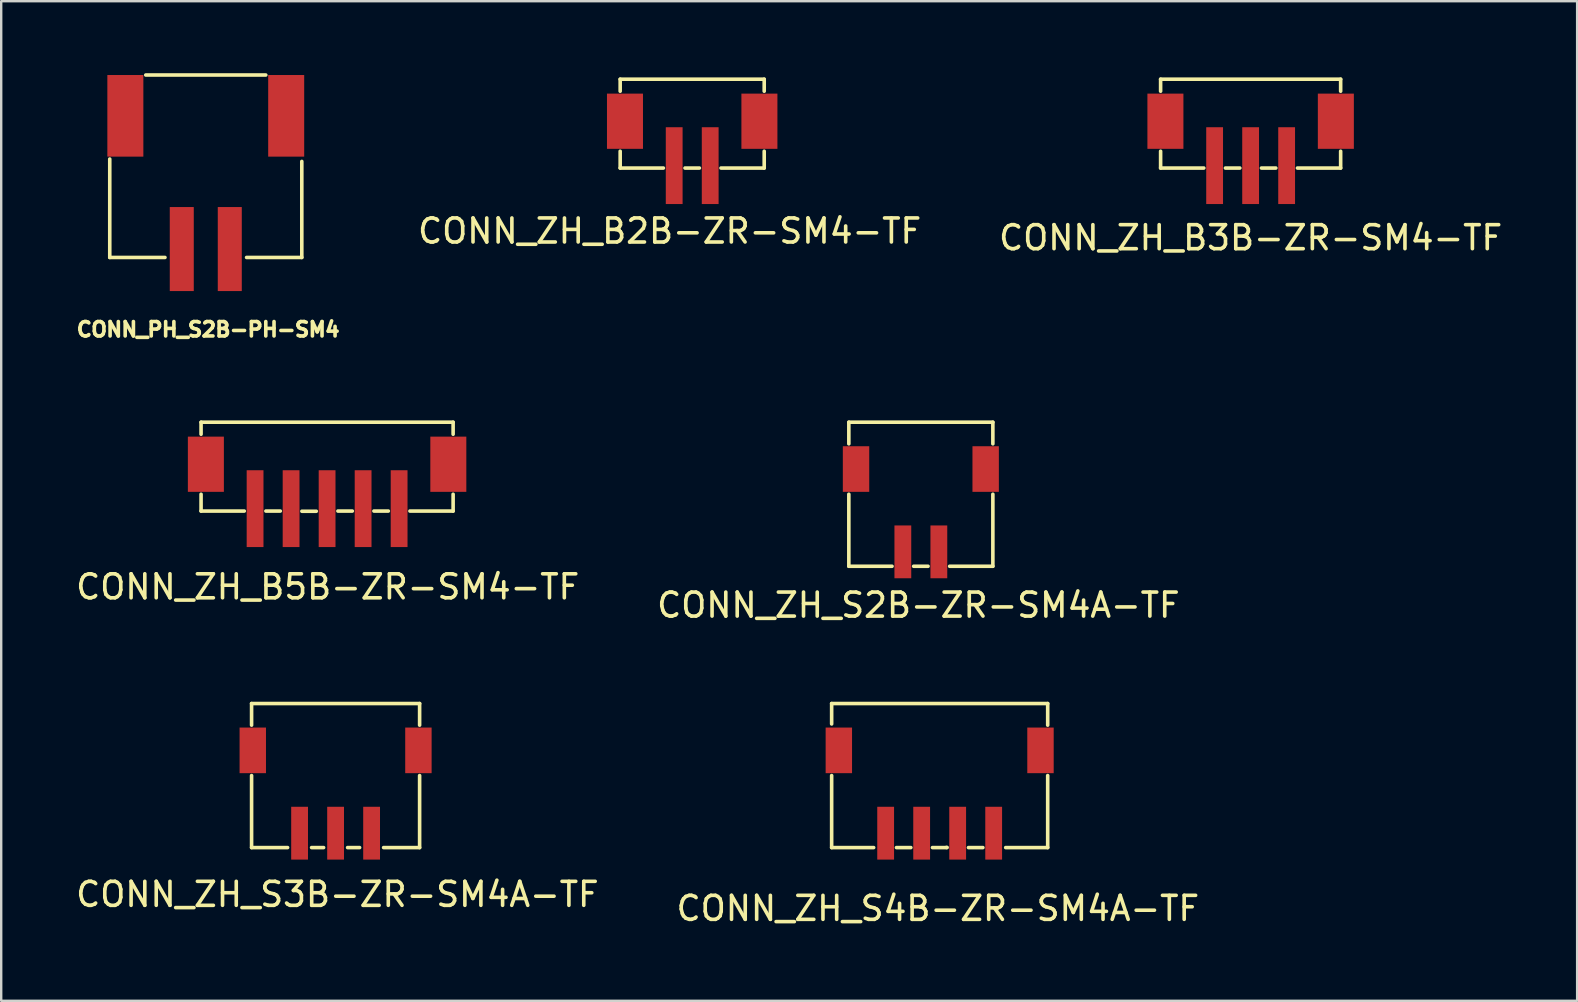
<source format=kicad_pcb>
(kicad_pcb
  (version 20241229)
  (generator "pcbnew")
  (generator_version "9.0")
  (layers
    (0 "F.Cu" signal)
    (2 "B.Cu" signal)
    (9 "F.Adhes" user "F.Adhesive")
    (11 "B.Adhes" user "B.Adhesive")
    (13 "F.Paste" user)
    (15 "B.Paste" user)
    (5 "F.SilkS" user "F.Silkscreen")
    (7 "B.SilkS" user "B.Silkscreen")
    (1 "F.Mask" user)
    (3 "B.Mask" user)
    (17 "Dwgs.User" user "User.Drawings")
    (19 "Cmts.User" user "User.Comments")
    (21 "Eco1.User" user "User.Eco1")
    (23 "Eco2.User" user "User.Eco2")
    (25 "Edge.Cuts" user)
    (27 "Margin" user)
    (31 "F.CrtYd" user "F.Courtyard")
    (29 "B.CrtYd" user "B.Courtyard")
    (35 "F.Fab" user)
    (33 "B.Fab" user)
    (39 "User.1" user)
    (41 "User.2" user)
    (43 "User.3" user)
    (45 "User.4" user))
  (footprint "CONN_PH_S2B-PH-SM4"
    (layer "F.Cu")
    (at 5.522 9.075)
    (property "Reference" "CONN_PH_S2B-PH-SM4" (at 0.1 1.6 0) (layer "F.SilkS") (effects (font (size 0.6 0.6) (thickness 0.15))))
    (attr through_hole)
    (fp_line (start -4 -1.4) (end -4 -5.5) (stroke (width 0.15) (type solid)) (layer "F.SilkS"))
    (fp_line (start -2.5 -9) (end 2.5 -9) (stroke (width 0.15) (type solid)) (layer "F.SilkS"))
    (fp_line (start -1.7 -1.4) (end -4 -1.4) (stroke (width 0.15) (type solid)) (layer "F.SilkS"))
    (fp_line (start 4 -5.4) (end 4 -1.4) (stroke (width 0.15) (type solid)) (layer "F.SilkS"))
    (fp_line (start 4 -1.4) (end 1.7 -1.4) (stroke (width 0.15) (type solid)) (layer "F.SilkS"))
    (pad "1" smd rect (at -1 -1.75) (size 1 3.5) (layers "F.Cu" "F.Mask" "F.Paste"))
    (pad "2" smd rect (at 1 -1.75) (size 1 3.5) (layers "F.Cu" "F.Mask" "F.Paste"))
    (pad "3" smd rect (at -3.35 -7.3) (size 1.5 3.4) (layers "F.Cu" "F.Mask" "F.Paste"))
    (pad "3" smd rect (at 3.35 -7.3) (size 1.5 3.4) (layers "F.Cu" "F.Mask" "F.Paste")))
  (footprint "CONN_ZH_B2B-ZR-SM4-TF"
    (layer "F.Cu")
    (at 25.785 0.25)
    (property "Reference" "CONN_ZH_B2B-ZR-SM4-TF" (at -0.94 6.325 0) (layer "F.SilkS") (effects (font (size 1 1) (thickness 0.15))))
    (attr through_hole)
    (fp_line (start -3 0) (end -3 0.5) (stroke (width 0.15) (type solid)) (layer "F.SilkS"))
    (fp_line (start -3 0) (end 3 0) (stroke (width 0.15) (type solid)) (layer "F.SilkS"))
    (fp_line (start -3 3.7) (end -3 3) (stroke (width 0.15) (type solid)) (layer "F.SilkS"))
    (fp_line (start -3 3.7) (end -1.2 3.7) (stroke (width 0.15) (type solid)) (layer "F.SilkS"))
    (fp_line (start -0.3 3.7) (end 0.3 3.7) (stroke (width 0.15) (type solid)) (layer "F.SilkS"))
    (fp_line (start 3 0) (end 3 0.5) (stroke (width 0.15) (type solid)) (layer "F.SilkS"))
    (fp_line (start 3 3.7) (end 1.2 3.7) (stroke (width 0.15) (type solid)) (layer "F.SilkS"))
    (fp_line (start 3 3.7) (end 3 3) (stroke (width 0.15) (type solid)) (layer "F.SilkS"))
    (pad "1" smd rect (at -0.75 3.6) (size 0.7 3.2) (layers "F.Cu" "F.Mask" "F.Paste"))
    (pad "2" smd rect (at 0.75 3.6) (size 0.7 3.2) (layers "F.Cu" "F.Mask" "F.Paste"))
    (pad "3" smd rect (at -2.8 1.75) (size 1.5 2.3) (layers "F.Cu" "F.Mask" "F.Paste"))
    (pad "3" smd rect (at 2.8 1.75) (size 1.5 2.3) (layers "F.Cu" "F.Mask" "F.Paste")))
  (footprint "CONN_ZH_S3B-ZR-SM4A-TF"
    (layer "F.Cu")
    (at 10.93 26.258)
    (property "Reference" "CONN_ZH_S3B-ZR-SM4A-TF" (at 0.076 7.95 0) (layer "F.SilkS") (effects (font (size 1 1) (thickness 0.15))))
    (attr through_hole)
    (fp_line (start -3.5 0) (end -3.5 0.9) (stroke (width 0.15) (type solid)) (layer "F.SilkS"))
    (fp_line (start -3.5 0) (end 3.5 0) (stroke (width 0.15) (type solid)) (layer "F.SilkS"))
    (fp_line (start -3.5 3) (end -3.5 6) (stroke (width 0.15) (type solid)) (layer "F.SilkS"))
    (fp_line (start -3.5 6) (end -2 6) (stroke (width 0.15) (type solid)) (layer "F.SilkS"))
    (fp_line (start -1 6) (end -0.5 6) (stroke (width 0.15) (type solid)) (layer "F.SilkS"))
    (fp_line (start 0.5 6) (end 1 6) (stroke (width 0.15) (type solid)) (layer "F.SilkS"))
    (fp_line (start 3.5 0) (end 3.5 0.9) (stroke (width 0.15) (type solid)) (layer "F.SilkS"))
    (fp_line (start 3.5 3) (end 3.5 6) (stroke (width 0.15) (type solid)) (layer "F.SilkS"))
    (fp_line (start 3.5 6) (end 2 6) (stroke (width 0.15) (type solid)) (layer "F.SilkS"))
    (pad "1" smd rect (at -1.5 5.4) (size 0.7 2.2) (layers "F.Cu" "F.Mask" "F.Paste"))
    (pad "2" smd rect (at 0 5.4) (size 0.7 2.2) (layers "F.Cu" "F.Mask" "F.Paste"))
    (pad "3" smd rect (at 1.5 5.4) (size 0.7 2.2) (layers "F.Cu" "F.Mask" "F.Paste"))
    (pad "4" smd rect (at -3.45 1.95) (size 1.1 1.9) (layers "F.Cu" "F.Mask" "F.Paste"))
    (pad "4" smd rect (at 3.45 1.95) (size 1.1 1.9) (layers "F.Cu" "F.Mask" "F.Paste")))
  (footprint "CONN_ZH_S4B-ZR-SM4A-TF"
    (layer "F.Cu")
    (at 36.094 26.258)
    (property "Reference" "CONN_ZH_S4B-ZR-SM4A-TF" (at -0.076 8.534 0) (layer "F.SilkS") (effects (font (size 1 1) (thickness 0.15))))
    (attr through_hole)
    (fp_line (start -4.5 0) (end -4.5 0.85) (stroke (width 0.15) (type solid)) (layer "F.SilkS"))
    (fp_line (start -4.5 0) (end 4.5 0) (stroke (width 0.15) (type solid)) (layer "F.SilkS"))
    (fp_line (start -4.5 6) (end -4.5 3) (stroke (width 0.15) (type solid)) (layer "F.SilkS"))
    (fp_line (start -4.5 6) (end -2.75 6) (stroke (width 0.15) (type solid)) (layer "F.SilkS"))
    (fp_line (start -1.8 6) (end -1.2 6) (stroke (width 0.15) (type solid)) (layer "F.SilkS"))
    (fp_line (start -0.3 6) (end 0.3 6) (stroke (width 0.15) (type solid)) (layer "F.SilkS"))
    (fp_line (start 0.279 5.994) (end 0.305 5.994) (stroke (width 0.15) (type solid)) (layer "F.SilkS"))
    (fp_line (start 1.2 6) (end 1.8 6) (stroke (width 0.15) (type solid)) (layer "F.SilkS"))
    (fp_line (start 4.5 0) (end 4.5 0.9) (stroke (width 0.15) (type solid)) (layer "F.SilkS"))
    (fp_line (start 4.5 6) (end 2.75 6) (stroke (width 0.15) (type solid)) (layer "F.SilkS"))
    (fp_line (start 4.5 6) (end 4.5 3) (stroke (width 0.15) (type solid)) (layer "F.SilkS"))
    (pad "1" smd rect (at -2.25 5.4) (size 0.7 2.2) (layers "F.Cu" "F.Mask" "F.Paste"))
    (pad "2" smd rect (at -0.75 5.4) (size 0.7 2.2) (layers "F.Cu" "F.Mask" "F.Paste"))
    (pad "3" smd rect (at 0.75 5.4) (size 0.7 2.2) (layers "F.Cu" "F.Mask" "F.Paste"))
    (pad "4" smd rect (at 2.25 5.4) (size 0.7 2.2) (layers "F.Cu" "F.Mask" "F.Paste"))
    (pad "5" smd rect (at -4.2 1.95) (size 1.1 1.9) (layers "F.Cu" "F.Mask" "F.Paste"))
    (pad "5" smd rect (at 4.2 1.95) (size 1.1 1.9) (layers "F.Cu" "F.Mask" "F.Paste")))
  (footprint "CONN_ZH_B5B-ZR-SM4-TF"
    (layer "F.Cu")
    (at 10.576 14.539)
    (property "Reference" "CONN_ZH_B5B-ZR-SM4-TF" (at 0.025 6.858 0) (layer "F.SilkS") (effects (font (size 1 1) (thickness 0.15))))
    (attr through_hole)
    (fp_line (start -5.25 0) (end -5.25 0.5) (stroke (width 0.15) (type solid)) (layer "F.SilkS"))
    (fp_line (start -5.25 0) (end 5.25 0) (stroke (width 0.15) (type solid)) (layer "F.SilkS"))
    (fp_line (start -5.25 3.7) (end -5.25 3) (stroke (width 0.15) (type solid)) (layer "F.SilkS"))
    (fp_line (start -5.25 3.7) (end -3.45 3.7) (stroke (width 0.15) (type solid)) (layer "F.SilkS"))
    (fp_line (start -2.55 3.7) (end -1.95 3.7) (stroke (width 0.15) (type solid)) (layer "F.SilkS"))
    (fp_line (start -1.05 3.708) (end -0.45 3.708) (stroke (width 0.15) (type solid)) (layer "F.SilkS"))
    (fp_line (start 0.45 3.7) (end 1.05 3.7) (stroke (width 0.15) (type solid)) (layer "F.SilkS"))
    (fp_line (start 1.95 3.7) (end 2.55 3.7) (stroke (width 0.15) (type solid)) (layer "F.SilkS"))
    (fp_line (start 5.25 0) (end 5.25 0.5) (stroke (width 0.15) (type solid)) (layer "F.SilkS"))
    (fp_line (start 5.25 3.7) (end 3.45 3.7) (stroke (width 0.15) (type solid)) (layer "F.SilkS"))
    (fp_line (start 5.25 3.7) (end 5.25 3) (stroke (width 0.15) (type solid)) (layer "F.SilkS"))
    (pad "2" smd rect (at -1.5 3.6) (size 0.7 3.2) (layers "F.Cu" "F.Mask" "F.Paste"))
    (pad "3" smd rect (at 0 3.6) (size 0.7 3.2) (layers "F.Cu" "F.Mask" "F.Paste"))
    (pad "4" smd rect (at 1.5 3.6) (size 0.7 3.2) (layers "F.Cu" "F.Mask" "F.Paste"))
    (pad "5" smd rect (at 3 3.6) (size 0.7 3.2) (layers "F.Cu" "F.Mask" "F.Paste"))
    (pad "6" smd rect (at -5.05 1.75) (size 1.5 2.3) (layers "F.Cu" "F.Mask" "F.Paste"))
    (pad "6" smd rect (at -3 3.6) (size 0.7 3.2) (layers "F.Cu" "F.Mask" "F.Paste"))
    (pad "6" smd rect (at 5.05 1.75) (size 1.5 2.3) (layers "F.Cu" "F.Mask" "F.Paste")))
  (footprint "CONN_ZH_B3B-ZR-SM4-TF"
    (layer "F.Cu")
    (at 49.048 0.25)
    (property "Reference" "CONN_ZH_B3B-ZR-SM4-TF" (at 0 6.604 0) (layer "F.SilkS") (effects (font (size 1 1) (thickness 0.15))))
    (attr through_hole)
    (fp_line (start -3.75 0) (end -3.75 0.5) (stroke (width 0.15) (type solid)) (layer "F.SilkS"))
    (fp_line (start -3.75 0) (end 3.75 0) (stroke (width 0.15) (type solid)) (layer "F.SilkS"))
    (fp_line (start -3.75 3.7) (end -3.75 3) (stroke (width 0.15) (type solid)) (layer "F.SilkS"))
    (fp_line (start -3.75 3.7) (end -1.95 3.7) (stroke (width 0.15) (type solid)) (layer "F.SilkS"))
    (fp_line (start -1.05 3.7) (end -0.45 3.7) (stroke (width 0.15) (type solid)) (layer "F.SilkS"))
    (fp_line (start 0.45 3.7) (end 1.05 3.7) (stroke (width 0.15) (type solid)) (layer "F.SilkS"))
    (fp_line (start 1.95 3.7) (end 3.75 3.7) (stroke (width 0.15) (type solid)) (layer "F.SilkS"))
    (fp_line (start 3.75 0) (end 3.75 0.5) (stroke (width 0.15) (type solid)) (layer "F.SilkS"))
    (fp_line (start 3.75 3.7) (end 3.75 3) (stroke (width 0.15) (type solid)) (layer "F.SilkS"))
    (pad "1" smd rect (at -1.5 3.6) (size 0.7 3.2) (layers "F.Cu" "F.Mask" "F.Paste"))
    (pad "2" smd rect (at 0 3.6) (size 0.7 3.2) (layers "F.Cu" "F.Mask" "F.Paste"))
    (pad "3" smd rect (at 1.5 3.6) (size 0.7 3.2) (layers "F.Cu" "F.Mask" "F.Paste"))
    (pad "4" smd rect (at -3.55 1.75) (size 1.5 2.3) (layers "F.Cu" "F.Mask" "F.Paste"))
    (pad "4" smd rect (at 3.55 1.75) (size 1.5 2.3) (layers "F.Cu" "F.Mask" "F.Paste")))
  (footprint "CONN_ZH_S2B-ZR-SM4A-TF"
    (layer "F.Cu")
    (at 35.31 14.539)
    (property "Reference" "CONN_ZH_S2B-ZR-SM4A-TF" (at -0.102 7.62 0) (layer "F.SilkS") (effects (font (size 1 1) (thickness 0.15))))
    (attr through_hole)
    (fp_line (start -3 0) (end -3 0.9) (stroke (width 0.15) (type solid)) (layer "F.SilkS"))
    (fp_line (start -3 0) (end 3 0) (stroke (width 0.15) (type solid)) (layer "F.SilkS"))
    (fp_line (start -3 6) (end -3 3) (stroke (width 0.15) (type solid)) (layer "F.SilkS"))
    (fp_line (start -3 6) (end -1.2 6) (stroke (width 0.15) (type solid)) (layer "F.SilkS"))
    (fp_line (start -0.3 6) (end 0.3 6) (stroke (width 0.15) (type solid)) (layer "F.SilkS"))
    (fp_line (start 3 0) (end 3 0.9) (stroke (width 0.15) (type solid)) (layer "F.SilkS"))
    (fp_line (start 3 6) (end 1.2 6) (stroke (width 0.15) (type solid)) (layer "F.SilkS"))
    (fp_line (start 3 6) (end 3 3) (stroke (width 0.15) (type solid)) (layer "F.SilkS"))
    (pad "1" smd rect (at -0.75 5.4) (size 0.7 2.2) (layers "F.Cu" "F.Mask" "F.Paste"))
    (pad "2" smd rect (at 0.75 5.4) (size 0.7 2.2) (layers "F.Cu" "F.Mask" "F.Paste"))
    (pad "3" smd rect (at -2.7 1.95) (size 1.1 1.9) (layers "F.Cu" "F.Mask" "F.Paste"))
    (pad "3" smd rect (at 2.7 1.95) (size 1.1 1.9) (layers "F.Cu" "F.Mask" "F.Paste")))
  (gr_rect
    (start -3 -3)
    (end 62.649 38.64)
    (stroke (width 0.1) (type default))
    (fill no)
    (layer "Edge.Cuts")))
</source>
